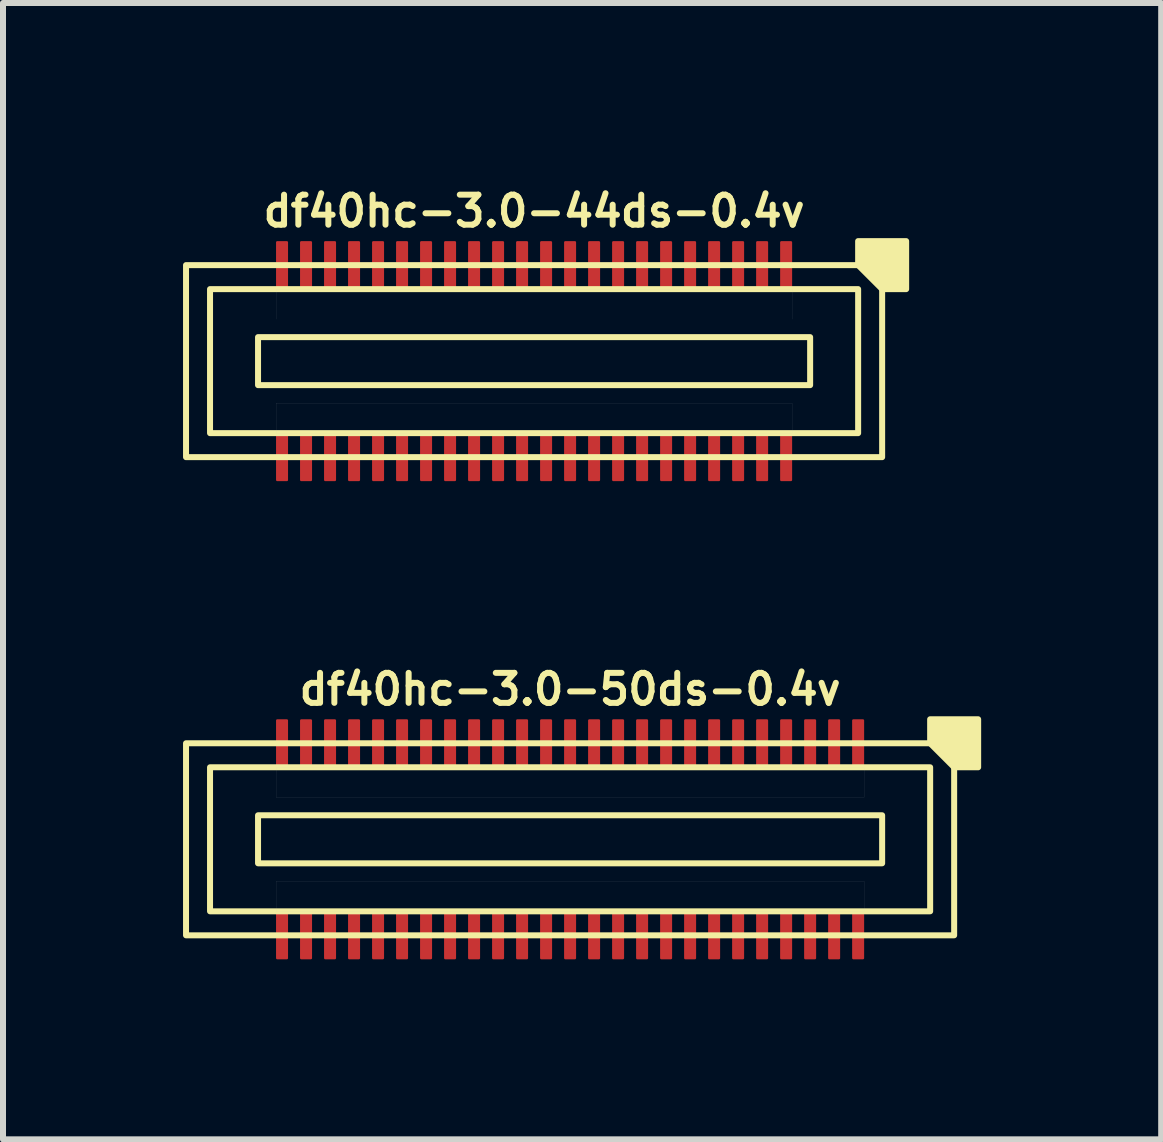
<source format=kicad_pcb>
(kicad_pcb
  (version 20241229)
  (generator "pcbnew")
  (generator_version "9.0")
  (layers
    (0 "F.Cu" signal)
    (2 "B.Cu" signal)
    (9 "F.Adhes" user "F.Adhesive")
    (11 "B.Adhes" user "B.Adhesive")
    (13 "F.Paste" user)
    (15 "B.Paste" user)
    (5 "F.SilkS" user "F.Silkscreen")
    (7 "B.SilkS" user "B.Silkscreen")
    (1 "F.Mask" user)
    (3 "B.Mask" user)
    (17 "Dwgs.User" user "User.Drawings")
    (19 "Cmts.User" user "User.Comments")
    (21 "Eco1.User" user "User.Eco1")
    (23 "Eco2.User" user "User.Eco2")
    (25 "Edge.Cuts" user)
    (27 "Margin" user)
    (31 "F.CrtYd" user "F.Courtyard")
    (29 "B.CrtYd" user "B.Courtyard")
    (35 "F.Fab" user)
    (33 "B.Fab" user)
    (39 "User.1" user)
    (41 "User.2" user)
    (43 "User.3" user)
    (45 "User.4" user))
  (footprint "df40hc-3.0-44ds-0.4v"
    (layer "F.Cu")
    (at 5.85 2.968)
    (property "Reference" "df40hc-3.0-44ds-0.4v" (at 0 -2.5 180) (layer "F.SilkS") (effects (font (size 0.5 0.5) (thickness 0.1))))
    (attr smd)
    (fp_rect (start -4.6 -0.4) (end 4.6 0.4) (stroke (width 0.1) (type default)) (fill no) (layer "F.SilkS"))
    (fp_rect (start 5.4 -1.2) (end -5.4 1.2) (stroke (width 0.1) (type default)) (fill no) (layer "F.SilkS"))
    (fp_rect (start 5.8 -1.6) (end -5.8 1.6) (stroke (width 0.1) (type default)) (fill no) (layer "F.SilkS"))
    (fp_poly (pts (xy 5.4 -1.6) (xy 5.4 -2) (xy 6.2 -2) (xy 6.2 -1.2) (xy 5.8 -1.2)) (stroke (width 0.1) (type solid)) (fill yes) (layer "F.SilkS"))
    (fp_poly (pts (xy -4.3 -1.2) (xy 4.3 -1.2) (xy 4.3 -0.7) (xy -4.3 -0.7)) (stroke (width 0.001) (type solid)) (fill no) (layer "Dwgs.User"))
    (fp_poly (pts (xy -4.3 0.7) (xy 4.3 0.7) (xy 4.3 1.2) (xy -4.3 1.2)) (stroke (width 0.001) (type solid)) (fill no) (layer "Dwgs.User"))
    (pad "1" smd roundrect (at 4.2 -1.6) (size 0.2 0.8) (layers "F.Cu" "F.Mask" "F.Paste") (roundrect_rratio 0.1))
    (pad "2" smd roundrect (at 4.2 1.6) (size 0.2 0.8) (layers "F.Cu" "F.Mask" "F.Paste") (roundrect_rratio 0.1))
    (pad "3" smd roundrect (at 3.8 -1.6) (size 0.2 0.8) (layers "F.Cu" "F.Mask" "F.Paste") (roundrect_rratio 0.1))
    (pad "4" smd roundrect (at 3.8 1.6) (size 0.2 0.8) (layers "F.Cu" "F.Mask" "F.Paste") (roundrect_rratio 0.1))
    (pad "5" smd roundrect (at 3.4 -1.6) (size 0.2 0.8) (layers "F.Cu" "F.Mask" "F.Paste") (roundrect_rratio 0.1))
    (pad "6" smd roundrect (at 3.4 1.6) (size 0.2 0.8) (layers "F.Cu" "F.Mask" "F.Paste") (roundrect_rratio 0.1))
    (pad "7" smd roundrect (at 3 -1.6) (size 0.2 0.8) (layers "F.Cu" "F.Mask" "F.Paste") (roundrect_rratio 0.1))
    (pad "8" smd roundrect (at 3 1.6) (size 0.2 0.8) (layers "F.Cu" "F.Mask" "F.Paste") (roundrect_rratio 0.1))
    (pad "9" smd roundrect (at 2.6 -1.6) (size 0.2 0.8) (layers "F.Cu" "F.Mask" "F.Paste") (roundrect_rratio 0.1))
    (pad "10" smd roundrect (at 2.6 1.6) (size 0.2 0.8) (layers "F.Cu" "F.Mask" "F.Paste") (roundrect_rratio 0.1))
    (pad "11" smd roundrect (at 2.2 -1.6) (size 0.2 0.8) (layers "F.Cu" "F.Mask" "F.Paste") (roundrect_rratio 0.1))
    (pad "12" smd roundrect (at 2.2 1.6) (size 0.2 0.8) (layers "F.Cu" "F.Mask" "F.Paste") (roundrect_rratio 0.1))
    (pad "13" smd roundrect (at 1.8 -1.6) (size 0.2 0.8) (layers "F.Cu" "F.Mask" "F.Paste") (roundrect_rratio 0.1))
    (pad "14" smd roundrect (at 1.8 1.6) (size 0.2 0.8) (layers "F.Cu" "F.Mask" "F.Paste") (roundrect_rratio 0.1))
    (pad "15" smd roundrect (at 1.4 -1.6) (size 0.2 0.8) (layers "F.Cu" "F.Mask" "F.Paste") (roundrect_rratio 0.1))
    (pad "16" smd roundrect (at 1.4 1.6) (size 0.2 0.8) (layers "F.Cu" "F.Mask" "F.Paste") (roundrect_rratio 0.1))
    (pad "17" smd roundrect (at 1 -1.6) (size 0.2 0.8) (layers "F.Cu" "F.Mask" "F.Paste") (roundrect_rratio 0.1))
    (pad "18" smd roundrect (at 1 1.6) (size 0.2 0.8) (layers "F.Cu" "F.Mask" "F.Paste") (roundrect_rratio 0.1))
    (pad "19" smd roundrect (at 0.6 -1.6) (size 0.2 0.8) (layers "F.Cu" "F.Mask" "F.Paste") (roundrect_rratio 0.1))
    (pad "20" smd roundrect (at 0.6 1.6) (size 0.2 0.8) (layers "F.Cu" "F.Mask" "F.Paste") (roundrect_rratio 0.1))
    (pad "21" smd roundrect (at 0.2 -1.6) (size 0.2 0.8) (layers "F.Cu" "F.Mask" "F.Paste") (roundrect_rratio 0.1))
    (pad "22" smd roundrect (at 0.2 1.6) (size 0.2 0.8) (layers "F.Cu" "F.Mask" "F.Paste") (roundrect_rratio 0.1))
    (pad "23" smd roundrect (at -0.2 -1.6) (size 0.2 0.8) (layers "F.Cu" "F.Mask" "F.Paste") (roundrect_rratio 0.1))
    (pad "24" smd roundrect (at -0.2 1.6) (size 0.2 0.8) (layers "F.Cu" "F.Mask" "F.Paste") (roundrect_rratio 0.1))
    (pad "25" smd roundrect (at -0.6 -1.6) (size 0.2 0.8) (layers "F.Cu" "F.Mask" "F.Paste") (roundrect_rratio 0.1))
    (pad "26" smd roundrect (at -0.6 1.6) (size 0.2 0.8) (layers "F.Cu" "F.Mask" "F.Paste") (roundrect_rratio 0.1))
    (pad "27" smd roundrect (at -1 -1.6) (size 0.2 0.8) (layers "F.Cu" "F.Mask" "F.Paste") (roundrect_rratio 0.1))
    (pad "28" smd roundrect (at -1 1.6) (size 0.2 0.8) (layers "F.Cu" "F.Mask" "F.Paste") (roundrect_rratio 0.1))
    (pad "29" smd roundrect (at -1.4 -1.6) (size 0.2 0.8) (layers "F.Cu" "F.Mask" "F.Paste") (roundrect_rratio 0.1))
    (pad "30" smd roundrect (at -1.4 1.6) (size 0.2 0.8) (layers "F.Cu" "F.Mask" "F.Paste") (roundrect_rratio 0.1))
    (pad "31" smd roundrect (at -1.8 -1.6) (size 0.2 0.8) (layers "F.Cu" "F.Mask" "F.Paste") (roundrect_rratio 0.1))
    (pad "32" smd roundrect (at -1.8 1.6) (size 0.2 0.8) (layers "F.Cu" "F.Mask" "F.Paste") (roundrect_rratio 0.1))
    (pad "33" smd roundrect (at -2.2 -1.6) (size 0.2 0.8) (layers "F.Cu" "F.Mask" "F.Paste") (roundrect_rratio 0.1))
    (pad "34" smd roundrect (at -2.2 1.6) (size 0.2 0.8) (layers "F.Cu" "F.Mask" "F.Paste") (roundrect_rratio 0.1))
    (pad "35" smd roundrect (at -2.6 -1.6) (size 0.2 0.8) (layers "F.Cu" "F.Mask" "F.Paste") (roundrect_rratio 0.1))
    (pad "36" smd roundrect (at -2.6 1.6) (size 0.2 0.8) (layers "F.Cu" "F.Mask" "F.Paste") (roundrect_rratio 0.1))
    (pad "37" smd roundrect (at -3 -1.6) (size 0.2 0.8) (layers "F.Cu" "F.Mask" "F.Paste") (roundrect_rratio 0.1))
    (pad "38" smd roundrect (at -3 1.6) (size 0.2 0.8) (layers "F.Cu" "F.Mask" "F.Paste") (roundrect_rratio 0.1))
    (pad "39" smd roundrect (at -3.4 -1.6) (size 0.2 0.8) (layers "F.Cu" "F.Mask" "F.Paste") (roundrect_rratio 0.1))
    (pad "40" smd roundrect (at -3.4 1.6) (size 0.2 0.8) (layers "F.Cu" "F.Mask" "F.Paste") (roundrect_rratio 0.1))
    (pad "41" smd roundrect (at -3.8 -1.6) (size 0.2 0.8) (layers "F.Cu" "F.Mask" "F.Paste") (roundrect_rratio 0.1))
    (pad "42" smd roundrect (at -3.8 1.6) (size 0.2 0.8) (layers "F.Cu" "F.Mask" "F.Paste") (roundrect_rratio 0.1))
    (pad "43" smd roundrect (at -4.2 -1.6) (size 0.2 0.8) (layers "F.Cu" "F.Mask" "F.Paste") (roundrect_rratio 0.1))
    (pad "44" smd roundrect (at -4.2 1.6) (size 0.2 0.8) (layers "F.Cu" "F.Mask" "F.Paste") (roundrect_rratio 0.1)))
  (footprint "df40hc-3.0-50ds-0.4v"
    (layer "F.Cu")
    (at 6.45 10.936)
    (property "Reference" "df40hc-3.0-50ds-0.4v" (at 0 -2.5 180) (layer "F.SilkS") (effects (font (size 0.5 0.5) (thickness 0.1))))
    (attr smd)
    (fp_rect (start -5.2 -0.4) (end 5.2 0.4) (stroke (width 0.1) (type default)) (fill no) (layer "F.SilkS"))
    (fp_rect (start 6 -1.2) (end -6 1.2) (stroke (width 0.1) (type default)) (fill no) (layer "F.SilkS"))
    (fp_rect (start 6.4 -1.6) (end -6.4 1.6) (stroke (width 0.1) (type default)) (fill no) (layer "F.SilkS"))
    (fp_poly (pts (xy 6 -1.6) (xy 6 -2) (xy 6.8 -2) (xy 6.8 -1.2) (xy 6.4 -1.2)) (stroke (width 0.1) (type solid)) (fill yes) (layer "F.SilkS"))
    (fp_poly (pts (xy -4.9 -1.2) (xy 4.9 -1.2) (xy 4.9 -0.7) (xy -4.9 -0.7)) (stroke (width 0.001) (type solid)) (fill no) (layer "Dwgs.User"))
    (fp_poly (pts (xy -4.9 0.7) (xy 4.9 0.7) (xy 4.9 1.2) (xy -4.9 1.2)) (stroke (width 0.001) (type solid)) (fill no) (layer "Dwgs.User"))
    (pad "1" smd roundrect (at 4.8 -1.6) (size 0.2 0.8) (layers "F.Cu" "F.Mask" "F.Paste") (roundrect_rratio 0.1))
    (pad "2" smd roundrect (at 4.8 1.6) (size 0.2 0.8) (layers "F.Cu" "F.Mask" "F.Paste") (roundrect_rratio 0.1))
    (pad "3" smd roundrect (at 4.4 -1.6) (size 0.2 0.8) (layers "F.Cu" "F.Mask" "F.Paste") (roundrect_rratio 0.1))
    (pad "4" smd roundrect (at 4.4 1.6) (size 0.2 0.8) (layers "F.Cu" "F.Mask" "F.Paste") (roundrect_rratio 0.1))
    (pad "5" smd roundrect (at 4 -1.6) (size 0.2 0.8) (layers "F.Cu" "F.Mask" "F.Paste") (roundrect_rratio 0.1))
    (pad "6" smd roundrect (at 4 1.6) (size 0.2 0.8) (layers "F.Cu" "F.Mask" "F.Paste") (roundrect_rratio 0.1))
    (pad "7" smd roundrect (at 3.6 -1.6) (size 0.2 0.8) (layers "F.Cu" "F.Mask" "F.Paste") (roundrect_rratio 0.1))
    (pad "8" smd roundrect (at 3.6 1.6) (size 0.2 0.8) (layers "F.Cu" "F.Mask" "F.Paste") (roundrect_rratio 0.1))
    (pad "9" smd roundrect (at 3.2 -1.6) (size 0.2 0.8) (layers "F.Cu" "F.Mask" "F.Paste") (roundrect_rratio 0.1))
    (pad "10" smd roundrect (at 3.2 1.6) (size 0.2 0.8) (layers "F.Cu" "F.Mask" "F.Paste") (roundrect_rratio 0.1))
    (pad "11" smd roundrect (at 2.8 -1.6) (size 0.2 0.8) (layers "F.Cu" "F.Mask" "F.Paste") (roundrect_rratio 0.1))
    (pad "12" smd roundrect (at 2.8 1.6) (size 0.2 0.8) (layers "F.Cu" "F.Mask" "F.Paste") (roundrect_rratio 0.1))
    (pad "13" smd roundrect (at 2.4 -1.6) (size 0.2 0.8) (layers "F.Cu" "F.Mask" "F.Paste") (roundrect_rratio 0.1))
    (pad "14" smd roundrect (at 2.4 1.6) (size 0.2 0.8) (layers "F.Cu" "F.Mask" "F.Paste") (roundrect_rratio 0.1))
    (pad "15" smd roundrect (at 2 -1.6) (size 0.2 0.8) (layers "F.Cu" "F.Mask" "F.Paste") (roundrect_rratio 0.1))
    (pad "16" smd roundrect (at 2 1.6) (size 0.2 0.8) (layers "F.Cu" "F.Mask" "F.Paste") (roundrect_rratio 0.1))
    (pad "17" smd roundrect (at 1.6 -1.6) (size 0.2 0.8) (layers "F.Cu" "F.Mask" "F.Paste") (roundrect_rratio 0.1))
    (pad "18" smd roundrect (at 1.6 1.6) (size 0.2 0.8) (layers "F.Cu" "F.Mask" "F.Paste") (roundrect_rratio 0.1))
    (pad "19" smd roundrect (at 1.2 -1.6) (size 0.2 0.8) (layers "F.Cu" "F.Mask" "F.Paste") (roundrect_rratio 0.1))
    (pad "20" smd roundrect (at 1.2 1.6) (size 0.2 0.8) (layers "F.Cu" "F.Mask" "F.Paste") (roundrect_rratio 0.1))
    (pad "21" smd roundrect (at 0.8 -1.6) (size 0.2 0.8) (layers "F.Cu" "F.Mask" "F.Paste") (roundrect_rratio 0.1))
    (pad "22" smd roundrect (at 0.8 1.6) (size 0.2 0.8) (layers "F.Cu" "F.Mask" "F.Paste") (roundrect_rratio 0.1))
    (pad "23" smd roundrect (at 0.4 -1.6) (size 0.2 0.8) (layers "F.Cu" "F.Mask" "F.Paste") (roundrect_rratio 0.1))
    (pad "24" smd roundrect (at 0.4 1.6) (size 0.2 0.8) (layers "F.Cu" "F.Mask" "F.Paste") (roundrect_rratio 0.1))
    (pad "25" smd roundrect (at 0 -1.6) (size 0.2 0.8) (layers "F.Cu" "F.Mask" "F.Paste") (roundrect_rratio 0.1))
    (pad "26" smd roundrect (at 0 1.6) (size 0.2 0.8) (layers "F.Cu" "F.Mask" "F.Paste") (roundrect_rratio 0.1))
    (pad "27" smd roundrect (at -0.4 -1.6) (size 0.2 0.8) (layers "F.Cu" "F.Mask" "F.Paste") (roundrect_rratio 0.1))
    (pad "28" smd roundrect (at -0.4 1.6) (size 0.2 0.8) (layers "F.Cu" "F.Mask" "F.Paste") (roundrect_rratio 0.1))
    (pad "29" smd roundrect (at -0.8 -1.6) (size 0.2 0.8) (layers "F.Cu" "F.Mask" "F.Paste") (roundrect_rratio 0.1))
    (pad "30" smd roundrect (at -0.8 1.6) (size 0.2 0.8) (layers "F.Cu" "F.Mask" "F.Paste") (roundrect_rratio 0.1))
    (pad "31" smd roundrect (at -1.2 -1.6) (size 0.2 0.8) (layers "F.Cu" "F.Mask" "F.Paste") (roundrect_rratio 0.1))
    (pad "32" smd roundrect (at -1.2 1.6) (size 0.2 0.8) (layers "F.Cu" "F.Mask" "F.Paste") (roundrect_rratio 0.1))
    (pad "33" smd roundrect (at -1.6 -1.6) (size 0.2 0.8) (layers "F.Cu" "F.Mask" "F.Paste") (roundrect_rratio 0.1))
    (pad "34" smd roundrect (at -1.6 1.6) (size 0.2 0.8) (layers "F.Cu" "F.Mask" "F.Paste") (roundrect_rratio 0.1))
    (pad "35" smd roundrect (at -2 -1.6) (size 0.2 0.8) (layers "F.Cu" "F.Mask" "F.Paste") (roundrect_rratio 0.1))
    (pad "36" smd roundrect (at -2 1.6) (size 0.2 0.8) (layers "F.Cu" "F.Mask" "F.Paste") (roundrect_rratio 0.1))
    (pad "37" smd roundrect (at -2.4 -1.6) (size 0.2 0.8) (layers "F.Cu" "F.Mask" "F.Paste") (roundrect_rratio 0.1))
    (pad "38" smd roundrect (at -2.4 1.6) (size 0.2 0.8) (layers "F.Cu" "F.Mask" "F.Paste") (roundrect_rratio 0.1))
    (pad "39" smd roundrect (at -2.8 -1.6) (size 0.2 0.8) (layers "F.Cu" "F.Mask" "F.Paste") (roundrect_rratio 0.1))
    (pad "40" smd roundrect (at -2.8 1.6) (size 0.2 0.8) (layers "F.Cu" "F.Mask" "F.Paste") (roundrect_rratio 0.1))
    (pad "41" smd roundrect (at -3.2 -1.6) (size 0.2 0.8) (layers "F.Cu" "F.Mask" "F.Paste") (roundrect_rratio 0.1))
    (pad "42" smd roundrect (at -3.2 1.6) (size 0.2 0.8) (layers "F.Cu" "F.Mask" "F.Paste") (roundrect_rratio 0.1))
    (pad "43" smd roundrect (at -3.6 -1.6) (size 0.2 0.8) (layers "F.Cu" "F.Mask" "F.Paste") (roundrect_rratio 0.1))
    (pad "44" smd roundrect (at -3.6 1.6) (size 0.2 0.8) (layers "F.Cu" "F.Mask" "F.Paste") (roundrect_rratio 0.1))
    (pad "45" smd roundrect (at -4 -1.6) (size 0.2 0.8) (layers "F.Cu" "F.Mask" "F.Paste") (roundrect_rratio 0.1))
    (pad "46" smd roundrect (at -4 1.6) (size 0.2 0.8) (layers "F.Cu" "F.Mask" "F.Paste") (roundrect_rratio 0.1))
    (pad "47" smd roundrect (at -4.4 -1.6) (size 0.2 0.8) (layers "F.Cu" "F.Mask" "F.Paste") (roundrect_rratio 0.1))
    (pad "48" smd roundrect (at -4.4 1.6) (size 0.2 0.8) (layers "F.Cu" "F.Mask" "F.Paste") (roundrect_rratio 0.1))
    (pad "49" smd roundrect (at -4.8 -1.6) (size 0.2 0.8) (layers "F.Cu" "F.Mask" "F.Paste") (roundrect_rratio 0.1))
    (pad "50" smd roundrect (at -4.8 1.6) (size 0.2 0.8) (layers "F.Cu" "F.Mask" "F.Paste") (roundrect_rratio 0.1)))
  (gr_rect
    (start -3 -3)
    (end 16.3 15.936)
    (stroke (width 0.1) (type default))
    (fill no)
    (layer "Edge.Cuts")))
</source>
